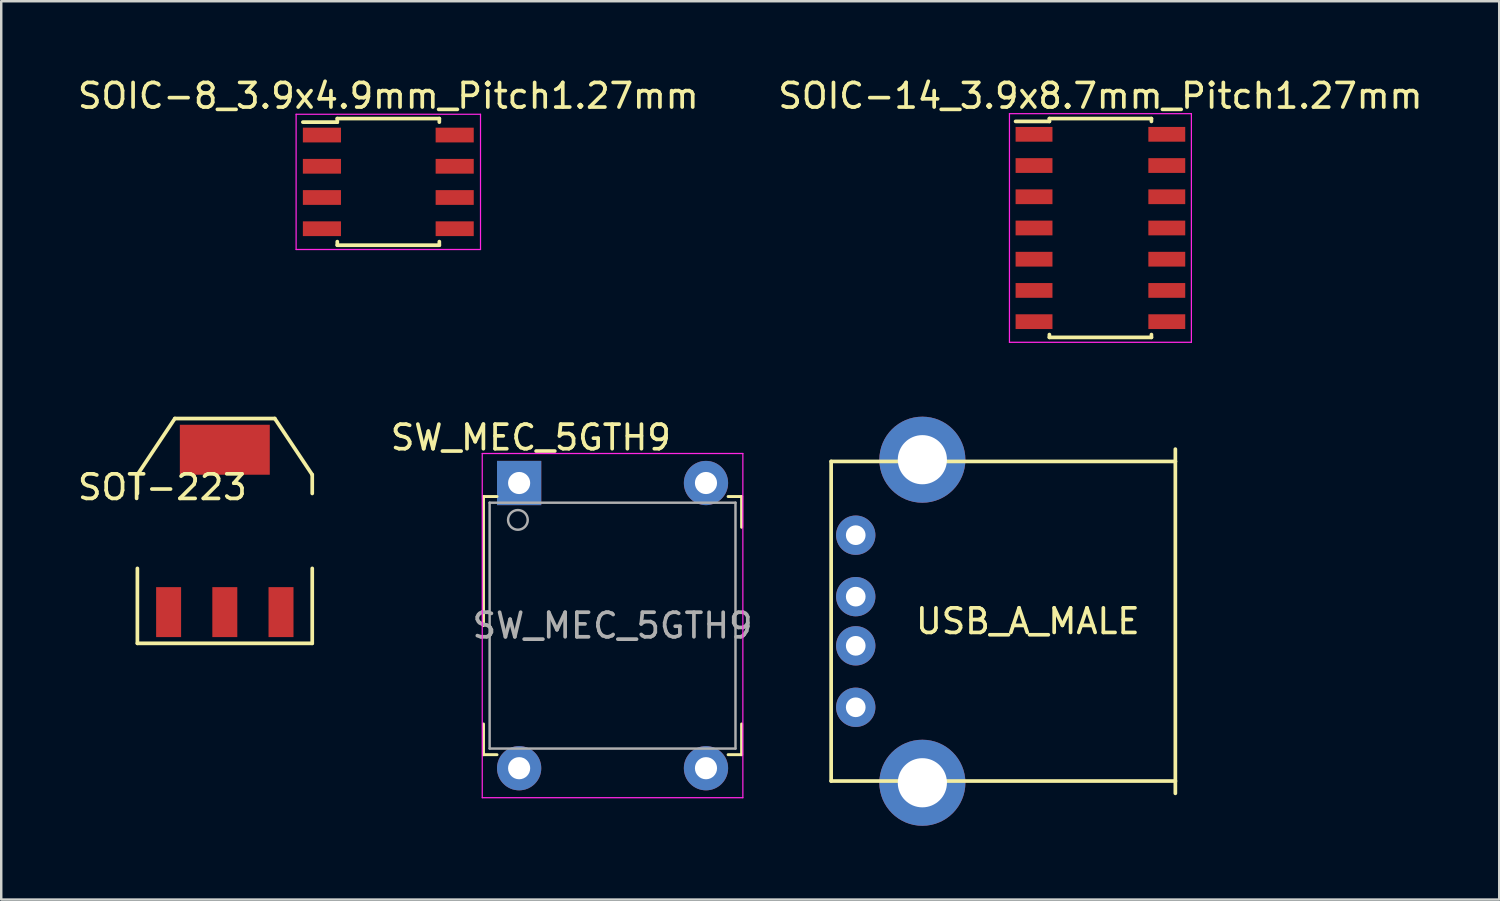
<source format=kicad_pcb>
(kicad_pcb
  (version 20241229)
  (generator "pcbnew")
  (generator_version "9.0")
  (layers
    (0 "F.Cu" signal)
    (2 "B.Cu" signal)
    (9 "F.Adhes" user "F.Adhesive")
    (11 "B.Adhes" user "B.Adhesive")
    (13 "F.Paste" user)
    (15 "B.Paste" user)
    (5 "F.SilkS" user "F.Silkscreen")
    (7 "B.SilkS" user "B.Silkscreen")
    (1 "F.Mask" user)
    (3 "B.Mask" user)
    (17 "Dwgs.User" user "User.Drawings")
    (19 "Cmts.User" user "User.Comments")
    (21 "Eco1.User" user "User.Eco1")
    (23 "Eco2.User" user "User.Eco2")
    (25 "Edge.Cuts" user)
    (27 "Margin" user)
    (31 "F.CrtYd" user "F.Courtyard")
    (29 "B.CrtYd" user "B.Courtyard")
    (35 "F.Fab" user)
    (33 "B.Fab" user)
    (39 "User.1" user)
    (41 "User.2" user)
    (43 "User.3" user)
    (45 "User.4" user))
  (footprint "SOIC-14_3.9x8.7mm_Pitch1.27mm"
    (layer "F.Cu")
    (at 41.708 6.223)
    (property "Reference" "SOIC-14_3.9x8.7mm_Pitch1.27mm" (at 0 -5.375 0) (layer "F.SilkS") (effects (font (size 1 1) (thickness 0.15))))
    (attr smd)
    (fp_line (start -2.075 -4.45) (end -2.075 -4.335) (stroke (width 0.15) (type solid)) (layer "F.SilkS"))
    (fp_line (start -2.075 -4.45) (end 2.075 -4.45) (stroke (width 0.15) (type solid)) (layer "F.SilkS"))
    (fp_line (start -2.075 -4.335) (end -3.45 -4.335) (stroke (width 0.15) (type solid)) (layer "F.SilkS"))
    (fp_line (start -2.075 4.45) (end -2.075 4.335) (stroke (width 0.15) (type solid)) (layer "F.SilkS"))
    (fp_line (start -2.075 4.45) (end 2.075 4.45) (stroke (width 0.15) (type solid)) (layer "F.SilkS"))
    (fp_line (start 2.075 -4.45) (end 2.075 -4.335) (stroke (width 0.15) (type solid)) (layer "F.SilkS"))
    (fp_line (start 2.075 4.45) (end 2.075 4.335) (stroke (width 0.15) (type solid)) (layer "F.SilkS"))
    (fp_line (start -3.7 -4.65) (end -3.7 4.65) (stroke (width 0.05) (type solid)) (layer "F.CrtYd"))
    (fp_line (start -3.7 -4.65) (end 3.7 -4.65) (stroke (width 0.05) (type solid)) (layer "F.CrtYd"))
    (fp_line (start -3.7 4.65) (end 3.7 4.65) (stroke (width 0.05) (type solid)) (layer "F.CrtYd"))
    (fp_line (start 3.7 -4.65) (end 3.7 4.65) (stroke (width 0.05) (type solid)) (layer "F.CrtYd"))
    (pad "1" smd rect (at -2.7 -3.81) (size 1.5 0.6) (layers "F.Cu" "F.Mask" "F.Paste"))
    (pad "2" smd rect (at -2.7 -2.54) (size 1.5 0.6) (layers "F.Cu" "F.Mask" "F.Paste"))
    (pad "3" smd rect (at -2.7 -1.27) (size 1.5 0.6) (layers "F.Cu" "F.Mask" "F.Paste"))
    (pad "4" smd rect (at -2.7 0) (size 1.5 0.6) (layers "F.Cu" "F.Mask" "F.Paste"))
    (pad "5" smd rect (at -2.7 1.27) (size 1.5 0.6) (layers "F.Cu" "F.Mask" "F.Paste"))
    (pad "6" smd rect (at -2.7 2.54) (size 1.5 0.6) (layers "F.Cu" "F.Mask" "F.Paste"))
    (pad "7" smd rect (at -2.7 3.81) (size 1.5 0.6) (layers "F.Cu" "F.Mask" "F.Paste"))
    (pad "8" smd rect (at 2.7 3.81) (size 1.5 0.6) (layers "F.Cu" "F.Mask" "F.Paste"))
    (pad "9" smd rect (at 2.7 2.54) (size 1.5 0.6) (layers "F.Cu" "F.Mask" "F.Paste"))
    (pad "10" smd rect (at 2.7 1.27) (size 1.5 0.6) (layers "F.Cu" "F.Mask" "F.Paste"))
    (pad "11" smd rect (at 2.7 0) (size 1.5 0.6) (layers "F.Cu" "F.Mask" "F.Paste"))
    (pad "12" smd rect (at 2.7 -1.27) (size 1.5 0.6) (layers "F.Cu" "F.Mask" "F.Paste"))
    (pad "13" smd rect (at 2.7 -2.54) (size 1.5 0.6) (layers "F.Cu" "F.Mask" "F.Paste"))
    (pad "14" smd rect (at 2.7 -3.81) (size 1.5 0.6) (layers "F.Cu" "F.Mask" "F.Paste")))
  (footprint "SOIC-8_3.9x4.9mm_Pitch1.27mm"
    (layer "F.Cu")
    (at 12.744 4.348)
    (property "Reference" "SOIC-8_3.9x4.9mm_Pitch1.27mm" (at 0 -3.5 0) (layer "F.SilkS") (effects (font (size 1 1) (thickness 0.15))))
    (attr smd)
    (fp_line (start -2.075 -2.575) (end -2.075 -2.43) (stroke (width 0.15) (type solid)) (layer "F.SilkS"))
    (fp_line (start -2.075 -2.575) (end 2.075 -2.575) (stroke (width 0.15) (type solid)) (layer "F.SilkS"))
    (fp_line (start -2.075 -2.43) (end -3.475 -2.43) (stroke (width 0.15) (type solid)) (layer "F.SilkS"))
    (fp_line (start -2.075 2.575) (end -2.075 2.43) (stroke (width 0.15) (type solid)) (layer "F.SilkS"))
    (fp_line (start -2.075 2.575) (end 2.075 2.575) (stroke (width 0.15) (type solid)) (layer "F.SilkS"))
    (fp_line (start 2.075 -2.575) (end 2.075 -2.43) (stroke (width 0.15) (type solid)) (layer "F.SilkS"))
    (fp_line (start 2.075 2.575) (end 2.075 2.43) (stroke (width 0.15) (type solid)) (layer "F.SilkS"))
    (fp_line (start -3.75 -2.75) (end -3.75 2.75) (stroke (width 0.05) (type solid)) (layer "F.CrtYd"))
    (fp_line (start -3.75 -2.75) (end 3.75 -2.75) (stroke (width 0.05) (type solid)) (layer "F.CrtYd"))
    (fp_line (start -3.75 2.75) (end 3.75 2.75) (stroke (width 0.05) (type solid)) (layer "F.CrtYd"))
    (fp_line (start 3.75 -2.75) (end 3.75 2.75) (stroke (width 0.05) (type solid)) (layer "F.CrtYd"))
    (pad "1" smd rect (at -2.7 -1.905) (size 1.55 0.6) (layers "F.Cu" "F.Mask" "F.Paste"))
    (pad "2" smd rect (at -2.7 -0.635) (size 1.55 0.6) (layers "F.Cu" "F.Mask" "F.Paste"))
    (pad "3" smd rect (at -2.7 0.635) (size 1.55 0.6) (layers "F.Cu" "F.Mask" "F.Paste"))
    (pad "4" smd rect (at -2.7 1.905) (size 1.55 0.6) (layers "F.Cu" "F.Mask" "F.Paste"))
    (pad "5" smd rect (at 2.7 1.905) (size 1.55 0.6) (layers "F.Cu" "F.Mask" "F.Paste"))
    (pad "6" smd rect (at 2.7 0.635) (size 1.55 0.6) (layers "F.Cu" "F.Mask" "F.Paste"))
    (pad "7" smd rect (at 2.7 -0.635) (size 1.55 0.6) (layers "F.Cu" "F.Mask" "F.Paste"))
    (pad "8" smd rect (at 2.7 -1.905) (size 1.55 0.6) (layers "F.Cu" "F.Mask" "F.Paste")))
  (footprint "USB_A_MALE"
    (layer "F.Cu")
    (at 31.756 22.218)
    (property "Reference" "USB_A_MALE" (at 7 0 0) (layer "F.SilkS") (effects (font (size 1 1) (thickness 0.15))))
    (attr through_hole)
    (fp_line (start -1 -6.5) (end 13 -6.5) (stroke (width 0.15) (type solid)) (layer "F.SilkS"))
    (fp_line (start -1 6.5) (end -1 -6.5) (stroke (width 0.15) (type solid)) (layer "F.SilkS"))
    (fp_line (start 13 -6.5) (end 13 -7) (stroke (width 0.15) (type solid)) (layer "F.SilkS"))
    (fp_line (start 13 -6.5) (end 13 6.5) (stroke (width 0.15) (type solid)) (layer "F.SilkS"))
    (fp_line (start 13 6.5) (end -1 6.5) (stroke (width 0.15) (type solid)) (layer "F.SilkS"))
    (fp_line (start 13 7) (end 13 6.5) (stroke (width 0.15) (type solid)) (layer "F.SilkS"))
    (pad "1" thru_hole circle (at 0 3.5) (size 1.6 1.6) (drill 0.8) (layers "*.Cu" "*.Mask"))
    (pad "2" thru_hole circle (at 0 1) (size 1.6 1.6) (drill 0.8) (layers "*.Cu" "*.Mask"))
    (pad "3" thru_hole circle (at 0 -1) (size 1.6 1.6) (drill 0.8) (layers "*.Cu" "*.Mask"))
    (pad "4" thru_hole circle (at 0 -3.5) (size 1.6 1.6) (drill 0.8) (layers "*.Cu" "*.Mask"))
    (pad "5" thru_hole circle (at 2.71 -6.57) (size 3.5 3.5) (drill 2) (layers "*.Cu" "*.Mask"))
    (pad "5" thru_hole circle (at 2.71 6.57) (size 3.5 3.5) (drill 2) (layers "*.Cu" "*.Mask")))
  (footprint "SOT-223"
    (layer "F.Cu")
    (at 6.094 18.545)
    (property "Reference" "SOT-223" (at -2.54 -1.778 0) (layer "F.SilkS") (effects (font (size 1 1) (thickness 0.15))))
    (attr smd)
    (fp_line (start -3.556 -2.286) (end -2.032 -4.572) (stroke (width 0.15) (type solid)) (layer "F.SilkS"))
    (fp_line (start -3.556 -1.524) (end -3.556 -2.286) (stroke (width 0.15) (type solid)) (layer "F.SilkS"))
    (fp_line (start -3.556 1.524) (end -3.556 4.572) (stroke (width 0.15) (type solid)) (layer "F.SilkS"))
    (fp_line (start -3.556 4.572) (end 3.556 4.572) (stroke (width 0.15) (type solid)) (layer "F.SilkS"))
    (fp_line (start -2.032 -4.572) (end 2.032 -4.572) (stroke (width 0.15) (type solid)) (layer "F.SilkS"))
    (fp_line (start 2.032 -4.572) (end 3.556 -2.286) (stroke (width 0.15) (type solid)) (layer "F.SilkS"))
    (fp_line (start 3.556 -2.286) (end 3.556 -1.524) (stroke (width 0.15) (type solid)) (layer "F.SilkS"))
    (fp_line (start 3.556 4.572) (end 3.556 1.524) (stroke (width 0.15) (type solid)) (layer "F.SilkS"))
    (pad "1" smd rect (at -2.286 3.302) (size 1.016 2.032) (layers "F.Cu" "F.Mask" "F.Paste"))
    (pad "2" smd rect (at 0 3.302) (size 1.016 2.032) (layers "F.Cu" "F.Mask" "F.Paste"))
    (pad "3" smd rect (at 2.286 3.302) (size 1.016 2.032) (layers "F.Cu" "F.Mask" "F.Paste"))
    (pad "4" smd rect (at 0 -3.302) (size 3.658 2.032) (layers "F.Cu" "F.Mask" "F.Paste")))
  (footprint "SW_MEC_5GTH9"
    (layer "F.Cu")
    (at 18.065 16.596)
    (property "Reference" "SW_MEC_5GTH9" (at 0.475 -1.85 180) (layer "F.SilkS") (effects (font (size 1 1) (thickness 0.15))))
    (attr through_hole)
    (fp_line (start -1.45 0.55) (end -1.45 5.8) (stroke (width 0.12) (type solid)) (layer "F.SilkS"))
    (fp_line (start -1.45 11.05) (end -1.45 9.8) (stroke (width 0.12) (type solid)) (layer "F.SilkS"))
    (fp_line (start -0.9 0.55) (end -1.45 0.55) (stroke (width 0.12) (type solid)) (layer "F.SilkS"))
    (fp_line (start -0.9 11.05) (end -1.45 11.05) (stroke (width 0.12) (type solid)) (layer "F.SilkS"))
    (fp_line (start 8.5 0.55) (end 9.05 0.55) (stroke (width 0.12) (type solid)) (layer "F.SilkS"))
    (fp_line (start 8.5 11.05) (end 9.05 11.05) (stroke (width 0.12) (type solid)) (layer "F.SilkS"))
    (fp_line (start 9.05 0.55) (end 9.05 1.8) (stroke (width 0.12) (type solid)) (layer "F.SilkS"))
    (fp_line (start 9.05 11.05) (end 9.05 9.8) (stroke (width 0.12) (type solid)) (layer "F.SilkS"))
    (fp_line (start -1.5 -1.2) (end 9.1 -1.2) (stroke (width 0.05) (type solid)) (layer "F.CrtYd"))
    (fp_line (start -1.5 12.8) (end -1.5 -1.2) (stroke (width 0.05) (type solid)) (layer "F.CrtYd"))
    (fp_line (start 9.1 -1.2) (end 9.1 12.8) (stroke (width 0.05) (type solid)) (layer "F.CrtYd"))
    (fp_line (start 9.1 12.8) (end -1.5 12.8) (stroke (width 0.05) (type solid)) (layer "F.CrtYd"))
    (fp_line (start -1.2 0.8) (end 8.8 0.8) (stroke (width 0.1) (type solid)) (layer "F.Fab"))
    (fp_line (start -1.2 10.8) (end -1.2 0.8) (stroke (width 0.1) (type solid)) (layer "F.Fab"))
    (fp_line (start 8.8 0.8) (end 8.8 10.8) (stroke (width 0.1) (type solid)) (layer "F.Fab"))
    (fp_line (start 8.8 10.8) (end -1.2 10.8) (stroke (width 0.1) (type solid)) (layer "F.Fab"))
    (fp_circle (center -0.05 1.5) (end -0.05 1.1) (stroke (width 0.1) (type solid)) (fill no) (layer "F.Fab"))
    (fp_text user "${REFERENCE}" (at 3.8 5.8 180) (layer "F.Fab") (effects (font (size 1 1) (thickness 0.15))))
    (pad "1" thru_hole rect (at 0 0 90) (size 1.8 1.8) (drill 0.9) (layers "*.Cu" "*.Mask"))
    (pad "2" thru_hole circle (at 0 11.6 90) (size 1.8 1.8) (drill 0.9) (layers "*.Cu" "*.Mask"))
    (pad "3" thru_hole circle (at 7.6 0 90) (size 1.8 1.8) (drill 0.9) (layers "*.Cu" "*.Mask"))
    (pad "4" thru_hole circle (at 7.6 11.6 90) (size 1.8 1.8) (drill 0.9) (layers "*.Cu" "*.Mask")))
  (gr_rect
    (start -3 -3)
    (end 57.929 33.538)
    (stroke (width 0.1) (type default))
    (fill no)
    (layer "Edge.Cuts")))
</source>
